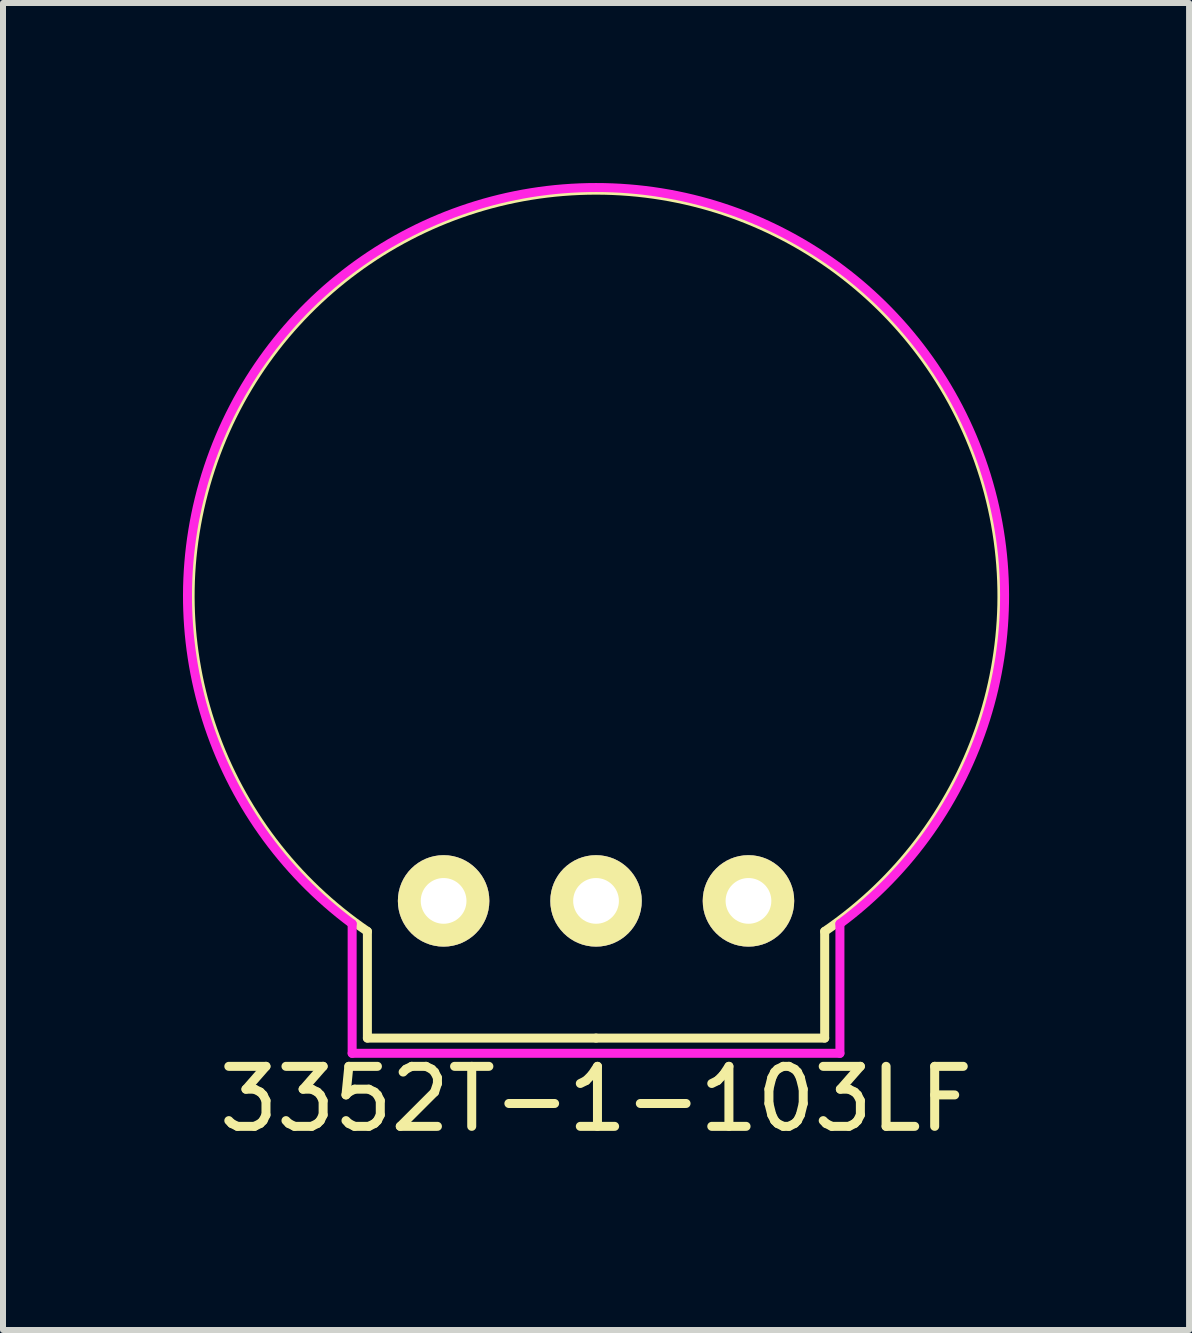
<source format=kicad_pcb>
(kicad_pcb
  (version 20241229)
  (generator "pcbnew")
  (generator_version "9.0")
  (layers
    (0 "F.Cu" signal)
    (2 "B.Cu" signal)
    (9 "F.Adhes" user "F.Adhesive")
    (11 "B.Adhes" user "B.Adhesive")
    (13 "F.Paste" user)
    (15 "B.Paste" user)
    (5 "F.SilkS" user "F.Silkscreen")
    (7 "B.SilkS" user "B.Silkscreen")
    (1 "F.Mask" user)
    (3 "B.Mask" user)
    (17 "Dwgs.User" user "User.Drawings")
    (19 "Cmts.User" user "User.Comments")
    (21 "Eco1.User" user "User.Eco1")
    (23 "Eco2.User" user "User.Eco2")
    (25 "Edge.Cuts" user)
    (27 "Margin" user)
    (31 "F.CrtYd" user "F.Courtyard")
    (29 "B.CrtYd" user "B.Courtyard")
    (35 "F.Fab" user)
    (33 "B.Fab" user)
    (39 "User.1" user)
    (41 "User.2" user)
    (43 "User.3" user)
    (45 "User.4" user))
  (footprint "3352T-1-103LF"
    (layer "F.Cu")
    (at 6.882 11.962)
    (property "Reference" "3352T-1-103LF" (at 0 3.302 0) (layer "F.SilkS") (effects (font (size 1 1) (thickness 0.15))))
    (attr through_hole)
    (fp_line (start -3.81 2.286) (end -3.81 0.508) (stroke (width 0.15) (type solid)) (layer "F.SilkS"))
    (fp_line (start -3.81 2.286) (end 0 2.286) (stroke (width 0.15) (type solid)) (layer "F.SilkS"))
    (fp_line (start 0 2.286) (end 3.81 2.286) (stroke (width 0.15) (type solid)) (layer "F.SilkS"))
    (fp_line (start 3.81 2.286) (end 3.81 0.508) (stroke (width 0.15) (type solid)) (layer "F.SilkS"))
    (fp_arc (start -3.81 0.508) (mid 0 -11.843272) (end 3.81 0.508) (stroke (width 0.15) (type solid)) (layer "F.SilkS"))
    (fp_line (start -4.064 0.381) (end -4.064 2.54) (stroke (width 0.15) (type solid)) (layer "F.CrtYd"))
    (fp_line (start -4.064 2.54) (end 4.064 2.54) (stroke (width 0.15) (type solid)) (layer "F.CrtYd"))
    (fp_line (start 4.064 2.54) (end 4.064 0.381) (stroke (width 0.15) (type solid)) (layer "F.CrtYd"))
    (fp_arc (start -4.064 0.381) (mid 0 -11.887247) (end 4.064 0.381) (stroke (width 0.15) (type solid)) (layer "F.CrtYd"))
    (pad "1" thru_hole circle (at -2.54 0) (size 1.524 1.524) (drill 0.762) (layers "*.Cu" "*.Mask" "F.SilkS"))
    (pad "2" thru_hole circle (at 0 0) (size 1.524 1.524) (drill 0.762) (layers "*.Cu" "*.Mask" "F.SilkS"))
    (pad "3" thru_hole circle (at 2.54 0) (size 1.524 1.524) (drill 0.762) (layers "*.Cu" "*.Mask" "F.SilkS")))
  (gr_rect
    (start -3 -3)
    (end 16.764 19.112)
    (stroke (width 0.1) (type default))
    (fill no)
    (layer "Edge.Cuts")))
</source>
